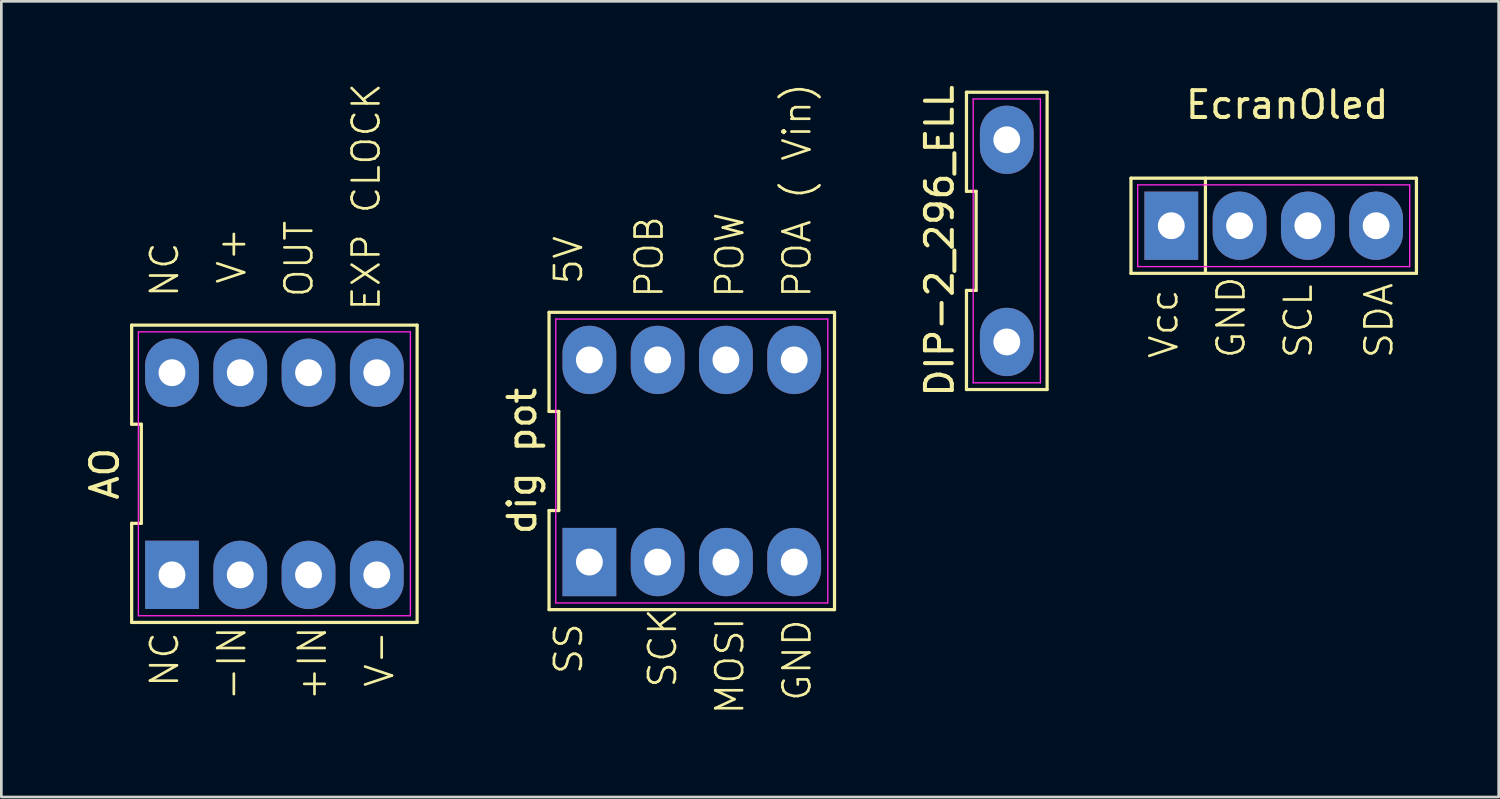
<source format=kicad_pcb>
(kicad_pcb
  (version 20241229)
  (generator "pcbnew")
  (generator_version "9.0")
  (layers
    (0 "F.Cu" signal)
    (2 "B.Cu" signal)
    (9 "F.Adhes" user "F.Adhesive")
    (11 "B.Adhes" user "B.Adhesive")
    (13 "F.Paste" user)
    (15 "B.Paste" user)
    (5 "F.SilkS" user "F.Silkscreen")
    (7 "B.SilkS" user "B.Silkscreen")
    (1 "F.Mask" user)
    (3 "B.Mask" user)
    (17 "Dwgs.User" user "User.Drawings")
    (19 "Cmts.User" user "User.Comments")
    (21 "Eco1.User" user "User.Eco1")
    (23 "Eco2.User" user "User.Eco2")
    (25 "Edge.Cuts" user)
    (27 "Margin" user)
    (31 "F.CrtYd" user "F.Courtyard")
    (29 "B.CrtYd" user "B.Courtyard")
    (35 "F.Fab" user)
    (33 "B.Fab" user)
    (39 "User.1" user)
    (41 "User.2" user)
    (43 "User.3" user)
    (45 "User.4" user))
  (footprint "dig pot"
    (layer "F.Cu")
    (at 22.686 14.1)
    (property "Reference" "dig pot" (at -6.31 0 90) (layer "F.SilkS") (effects (font (size 1 1) (thickness 0.15))))
    (attr through_hole)
    (fp_line (start -5.31 -5.53) (end -5.31 -1.843) (stroke (width 0.12) (type default)) (layer "F.SilkS"))
    (fp_line (start -5.31 -1.843) (end -4.95 -1.843) (stroke (width 0.12) (type default)) (layer "F.SilkS"))
    (fp_line (start -5.31 1.843) (end -5.31 5.53) (stroke (width 0.12) (type default)) (layer "F.SilkS"))
    (fp_line (start -5.31 5.53) (end 5.31 5.53) (stroke (width 0.12) (type default)) (layer "F.SilkS"))
    (fp_line (start -4.95 -1.843) (end -4.95 1.843) (stroke (width 0.12) (type default)) (layer "F.SilkS"))
    (fp_line (start -4.95 1.843) (end -5.31 1.843) (stroke (width 0.12) (type default)) (layer "F.SilkS"))
    (fp_line (start 5.31 -5.53) (end -5.31 -5.53) (stroke (width 0.12) (type default)) (layer "F.SilkS"))
    (fp_line (start 5.31 5.53) (end 5.31 -5.53) (stroke (width 0.12) (type default)) (layer "F.SilkS"))
    (fp_line (start -5.06 -5.28) (end 5.06 -5.28) (stroke (width 0.05) (type default)) (layer "F.CrtYd"))
    (fp_line (start -5.06 5.28) (end -5.06 -5.28) (stroke (width 0.05) (type default)) (layer "F.CrtYd"))
    (fp_line (start 5.06 -5.28) (end 5.06 5.28) (stroke (width 0.05) (type default)) (layer "F.CrtYd"))
    (fp_line (start 5.06 5.28) (end -5.06 5.28) (stroke (width 0.05) (type default)) (layer "F.CrtYd"))
    (fp_text user "GND" (at 4.5 9 90) (unlocked yes) (layer "F.SilkS") (effects (font (size 1 1) (thickness 0.1)) (justify left bottom)))
    (fp_text user "POB" (at -1 -6 90) (unlocked yes) (layer "F.SilkS") (effects (font (size 1 1) (thickness 0.1)) (justify left bottom)))
    (fp_text user "SS" (at -4 8 90) (unlocked yes) (layer "F.SilkS") (effects (font (size 1 1) (thickness 0.1)) (justify left bottom)))
    (fp_text user "MOSI" (at 2 9.5 90) (unlocked yes) (layer "F.SilkS") (effects (font (size 1 1) (thickness 0.1)) (justify left bottom)))
    (fp_text user "5V" (at -4 -6.5 90) (unlocked yes) (layer "F.SilkS") (effects (font (size 1 1) (thickness 0.1)) (justify left bottom)))
    (fp_text user "POA ( Vin)" (at 4.5 -6 90) (unlocked yes) (layer "F.SilkS") (effects (font (size 1 1) (thickness 0.1)) (justify left bottom)))
    (fp_text user "SCK" (at -0.5 8.5 90) (unlocked yes) (layer "F.SilkS") (effects (font (size 1 1) (thickness 0.1)) (justify left bottom)))
    (fp_text user "POW" (at 2 -6 90) (unlocked yes) (layer "F.SilkS") (effects (font (size 1 1) (thickness 0.1)) (justify left bottom)))
    (pad "1" thru_hole rect (at -3.81 3.76) (size 2 2.54) (drill 1) (layers "*.Cu" "*.Mask"))
    (pad "2" thru_hole oval (at -1.27 3.76) (size 2 2.54) (drill 1) (layers "*.Cu" "*.Mask"))
    (pad "3" thru_hole oval (at 1.27 3.76) (size 2 2.54) (drill 1) (layers "*.Cu" "*.Mask"))
    (pad "4" thru_hole oval (at 3.81 3.76) (size 2 2.54) (drill 1) (layers "*.Cu" "*.Mask"))
    (pad "5" thru_hole oval (at 3.81 -3.76) (size 2 2.54) (drill 1) (layers "*.Cu" "*.Mask"))
    (pad "6" thru_hole oval (at 1.27 -3.76) (size 2 2.54) (drill 1) (layers "*.Cu" "*.Mask"))
    (pad "7" thru_hole oval (at -1.27 -3.76) (size 2 2.54) (drill 1) (layers "*.Cu" "*.Mask"))
    (pad "8" thru_hole oval (at -3.81 -3.76) (size 2 2.54) (drill 1) (layers "*.Cu" "*.Mask")))
  (footprint "EcranOled"
    (layer "F.Cu")
    (at 44.335 5.348)
    (property "Reference" "EcranOled" (at 0.5 -4.5 0) (layer "F.SilkS") (effects (font (size 1 1) (thickness 0.15))))
    (attr through_hole)
    (fp_line (start -5.31 -1.77) (end 5.31 -1.77) (stroke (width 0.12) (type default)) (layer "F.SilkS"))
    (fp_line (start -5.31 1.77) (end -5.31 -1.77) (stroke (width 0.12) (type default)) (layer "F.SilkS"))
    (fp_line (start -2.54 -1.77) (end -2.54 1.77) (stroke (width 0.12) (type default)) (layer "F.SilkS"))
    (fp_line (start 5.31 -1.77) (end 5.31 1.77) (stroke (width 0.12) (type default)) (layer "F.SilkS"))
    (fp_line (start 5.31 1.77) (end -5.31 1.77) (stroke (width 0.12) (type default)) (layer "F.SilkS"))
    (fp_line (start -5.06 -1.52) (end 5.06 -1.52) (stroke (width 0.05) (type default)) (layer "F.CrtYd"))
    (fp_line (start -5.06 1.52) (end -5.06 -1.52) (stroke (width 0.05) (type default)) (layer "F.CrtYd"))
    (fp_line (start 5.06 -1.52) (end 5.06 1.52) (stroke (width 0.05) (type default)) (layer "F.CrtYd"))
    (fp_line (start 5.06 1.52) (end -5.06 1.52) (stroke (width 0.05) (type default)) (layer "F.CrtYd"))
    (fp_text user "Vcc" (at -3.5 5 90) (unlocked yes) (layer "F.SilkS") (effects (font (size 1 1) (thickness 0.1)) (justify left bottom)))
    (fp_text user "SCL" (at 1.5 5 90) (unlocked yes) (layer "F.SilkS") (effects (font (size 1 1) (thickness 0.1)) (justify left bottom)))
    (fp_text user "SDA" (at 4.5 5 90) (unlocked yes) (layer "F.SilkS") (effects (font (size 1 1) (thickness 0.1)) (justify left bottom)))
    (fp_text user "GND" (at -1 5 90) (unlocked yes) (layer "F.SilkS") (effects (font (size 1 1) (thickness 0.1)) (justify left bottom)))
    (pad "1" thru_hole rect (at -3.81 0) (size 2 2.54) (drill 1) (layers "*.Cu" "*.Mask"))
    (pad "2" thru_hole oval (at -1.27 0) (size 2 2.54) (drill 1) (layers "*.Cu" "*.Mask"))
    (pad "3" thru_hole oval (at 1.27 0) (size 2 2.54) (drill 1) (layers "*.Cu" "*.Mask"))
    (pad "4" thru_hole oval (at 3.81 0) (size 2 2.54) (drill 1) (layers "*.Cu" "*.Mask")))
  (footprint "DIP-2_296_ELL"
    (layer "F.Cu")
    (at 34.405 5.911)
    (property "Reference" "DIP-2_296_ELL" (at -2.5 0 90) (layer "F.SilkS") (effects (font (size 1 1) (thickness 0.15))))
    (attr through_hole)
    (fp_line (start -1.5 -1.843) (end -1.14 -1.843) (stroke (width 0.12) (type default)) (layer "F.SilkS"))
    (fp_line (start -1.5 1.843) (end -1.5 5.53) (stroke (width 0.12) (type default)) (layer "F.SilkS"))
    (fp_line (start -1.5 5.53) (end 1.5 5.53) (stroke (width 0.12) (type default)) (layer "F.SilkS"))
    (fp_line (start -1.5 -5.53) (end -1.5 -1.843) (stroke (width 0.12) (type default)) (layer "F.SilkS"))
    (fp_line (start -1.14 -1.843) (end -1.14 1.843) (stroke (width 0.12) (type default)) (layer "F.SilkS"))
    (fp_line (start -1.14 1.843) (end -1.5 1.843) (stroke (width 0.12) (type default)) (layer "F.SilkS"))
    (fp_line (start 1.5 5.53) (end 1.5 -5.53) (stroke (width 0.12) (type default)) (layer "F.SilkS"))
    (fp_line (start 1.5 -5.53) (end -1.5 -5.53) (stroke (width 0.12) (type default)) (layer "F.SilkS"))
    (fp_line (start -1.25 -5.28) (end 1.25 -5.28) (stroke (width 0.05) (type default)) (layer "F.CrtYd"))
    (fp_line (start -1.25 5.28) (end -1.25 -5.28) (stroke (width 0.05) (type default)) (layer "F.CrtYd"))
    (fp_line (start 1.25 -5.28) (end 1.25 5.28) (stroke (width 0.05) (type default)) (layer "F.CrtYd"))
    (fp_line (start 1.25 5.28) (end -1.25 5.28) (stroke (width 0.05) (type default)) (layer "F.CrtYd"))
    (pad "1" thru_hole oval (at 0 3.76) (size 2 2.54) (drill 1) (layers "*.Cu" "*.Mask"))
    (pad "2" thru_hole oval (at 0 -3.76) (size 2 2.54) (drill 1) (layers "*.Cu" "*.Mask")))
  (footprint "AO"
    (layer "F.Cu")
    (at 7.158 14.576)
    (property "Reference" "AO" (at -6.31 0 90) (layer "F.SilkS") (effects (font (size 1 1) (thickness 0.15))))
    (attr through_hole)
    (fp_line (start -5.31 -5.53) (end -5.31 -1.843) (stroke (width 0.12) (type default)) (layer "F.SilkS"))
    (fp_line (start -5.31 -1.843) (end -4.95 -1.843) (stroke (width 0.12) (type default)) (layer "F.SilkS"))
    (fp_line (start -5.31 1.843) (end -5.31 5.53) (stroke (width 0.12) (type default)) (layer "F.SilkS"))
    (fp_line (start -5.31 5.53) (end 5.31 5.53) (stroke (width 0.12) (type default)) (layer "F.SilkS"))
    (fp_line (start -4.95 -1.843) (end -4.95 1.843) (stroke (width 0.12) (type default)) (layer "F.SilkS"))
    (fp_line (start -4.95 1.843) (end -5.31 1.843) (stroke (width 0.12) (type default)) (layer "F.SilkS"))
    (fp_line (start 5.31 -5.53) (end -5.31 -5.53) (stroke (width 0.12) (type default)) (layer "F.SilkS"))
    (fp_line (start 5.31 5.53) (end 5.31 -5.53) (stroke (width 0.12) (type default)) (layer "F.SilkS"))
    (fp_line (start -5.06 -5.28) (end 5.06 -5.28) (stroke (width 0.05) (type default)) (layer "F.CrtYd"))
    (fp_line (start -5.06 5.28) (end -5.06 -5.28) (stroke (width 0.05) (type default)) (layer "F.CrtYd"))
    (fp_line (start 5.06 -5.28) (end 5.06 5.28) (stroke (width 0.05) (type default)) (layer "F.CrtYd"))
    (fp_line (start 5.06 5.28) (end -5.06 5.28) (stroke (width 0.05) (type default)) (layer "F.CrtYd"))
    (fp_text user "NC" (at -3.5 8 90) (unlocked yes) (layer "F.SilkS") (effects (font (size 1 1) (thickness 0.1)) (justify left bottom)))
    (fp_text user "+IN" (at 2 8.5 90) (unlocked yes) (layer "F.SilkS") (effects (font (size 1 1) (thickness 0.1)) (justify left bottom)))
    (fp_text user "NC" (at -3.5 -6.5 90) (unlocked yes) (layer "F.SilkS") (effects (font (size 1 1) (thickness 0.1)) (justify left bottom)))
    (fp_text user "-IN" (at -1 8.5 90) (unlocked yes) (layer "F.SilkS") (effects (font (size 1 1) (thickness 0.1)) (justify left bottom)))
    (fp_text user "V+" (at -1 -7 90) (unlocked yes) (layer "F.SilkS") (effects (font (size 1 1) (thickness 0.1)) (justify left bottom)))
    (fp_text user "EXP CLOCK" (at 4 -6 90) (unlocked yes) (layer "F.SilkS") (effects (font (size 1 1) (thickness 0.1)) (justify left bottom)))
    (fp_text user "V-" (at 4.5 8 90) (unlocked yes) (layer "F.SilkS") (effects (font (size 1 1) (thickness 0.1)) (justify left bottom)))
    (fp_text user "OUT" (at 1.5 -6.5 90) (unlocked yes) (layer "F.SilkS") (effects (font (size 1 1) (thickness 0.1)) (justify left bottom)))
    (pad "1" thru_hole rect (at -3.81 3.76) (size 2 2.54) (drill 1) (layers "*.Cu" "*.Mask"))
    (pad "2" thru_hole oval (at -1.27 3.76) (size 2 2.54) (drill 1) (layers "*.Cu" "*.Mask"))
    (pad "3" thru_hole oval (at 1.27 3.76) (size 2 2.54) (drill 1) (layers "*.Cu" "*.Mask"))
    (pad "4" thru_hole oval (at 3.81 3.76) (size 2 2.54) (drill 1) (layers "*.Cu" "*.Mask"))
    (pad "5" thru_hole oval (at 3.81 -3.76) (size 2 2.54) (drill 1) (layers "*.Cu" "*.Mask"))
    (pad "6" thru_hole oval (at 1.27 -3.76) (size 2 2.54) (drill 1) (layers "*.Cu" "*.Mask"))
    (pad "7" thru_hole oval (at -1.27 -3.76) (size 2 2.54) (drill 1) (layers "*.Cu" "*.Mask"))
    (pad "8" thru_hole oval (at -3.81 -3.76) (size 2 2.54) (drill 1) (layers "*.Cu" "*.Mask")))
  (gr_rect
    (start -3 -3)
    (end 52.705 26.6)
    (stroke (width 0.1) (type default))
    (fill no)
    (layer "Edge.Cuts")))
</source>
